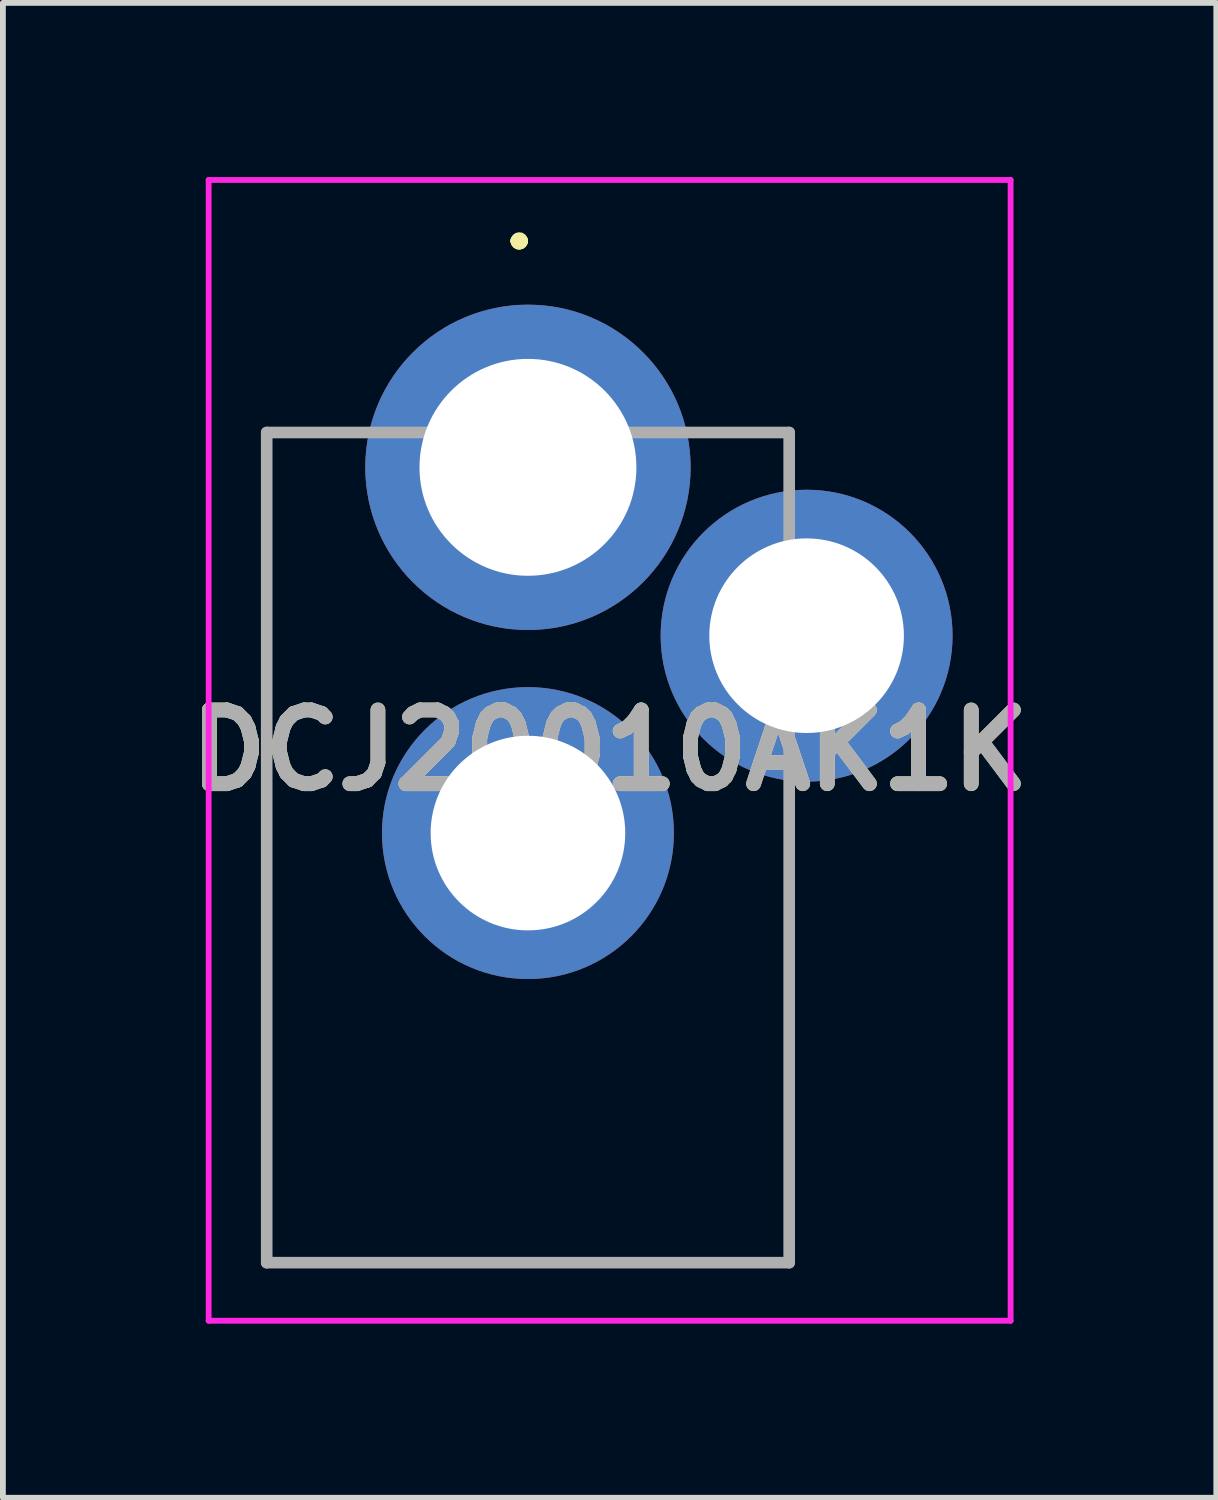
<source format=kicad_pcb>
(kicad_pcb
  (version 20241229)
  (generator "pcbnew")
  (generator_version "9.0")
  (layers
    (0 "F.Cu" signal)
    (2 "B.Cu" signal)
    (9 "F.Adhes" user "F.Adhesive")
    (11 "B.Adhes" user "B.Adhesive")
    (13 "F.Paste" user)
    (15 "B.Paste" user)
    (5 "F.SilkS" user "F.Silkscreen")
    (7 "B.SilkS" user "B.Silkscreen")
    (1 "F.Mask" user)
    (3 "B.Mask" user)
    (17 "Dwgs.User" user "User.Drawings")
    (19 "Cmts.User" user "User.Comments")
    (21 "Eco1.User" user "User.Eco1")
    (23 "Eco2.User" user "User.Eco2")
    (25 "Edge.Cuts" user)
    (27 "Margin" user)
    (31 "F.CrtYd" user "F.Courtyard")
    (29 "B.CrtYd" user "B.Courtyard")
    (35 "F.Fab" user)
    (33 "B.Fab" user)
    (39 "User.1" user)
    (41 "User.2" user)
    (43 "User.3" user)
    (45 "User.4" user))
  (footprint "DCJ20010AK1K"
    (layer "F.Cu")
    (at 6.044 5)
    (property "Reference" "DCJ20010AK1K" (at 1.407 4.875 0) (layer "F.SilkS") (effects (font (size 1.27 1.27) (thickness 0.254))))
    (attr through_hole)
    (fp_line (start -4.5 -0.6) (end -4.5 -0.6) (stroke (width 0.1) (type solid)) (layer "F.SilkS"))
    (fp_line (start -4.5 -0.6) (end -4.5 -0.6) (stroke (width 0.1) (type solid)) (layer "F.SilkS"))
    (fp_line (start -4.5 -0.6) (end -4.5 13.7) (stroke (width 0.1) (type solid)) (layer "F.SilkS"))
    (fp_line (start -4.5 -0.6) (end -3.5 -0.6) (stroke (width 0.1) (type solid)) (layer "F.SilkS"))
    (fp_line (start -4.5 13.7) (end -4.5 -0.6) (stroke (width 0.1) (type solid)) (layer "F.SilkS"))
    (fp_line (start -4.5 13.7) (end -4.5 13.7) (stroke (width 0.1) (type solid)) (layer "F.SilkS"))
    (fp_line (start -4.5 13.7) (end -4.5 13.7) (stroke (width 0.1) (type solid)) (layer "F.SilkS"))
    (fp_line (start -4.5 13.7) (end 4.5 13.7) (stroke (width 0.1) (type solid)) (layer "F.SilkS"))
    (fp_line (start -3.5 -0.6) (end -4.5 -0.6) (stroke (width 0.1) (type solid)) (layer "F.SilkS"))
    (fp_line (start -3.5 -0.6) (end -3.5 -0.6) (stroke (width 0.1) (type solid)) (layer "F.SilkS"))
    (fp_line (start -0.2 -3.9) (end -0.2 -3.9) (stroke (width 0.2) (type solid)) (layer "F.SilkS"))
    (fp_line (start -0.2 -3.9) (end -0.2 -3.9) (stroke (width 0.2) (type solid)) (layer "F.SilkS"))
    (fp_line (start -0.1 -3.9) (end -0.1 -3.9) (stroke (width 0.2) (type solid)) (layer "F.SilkS"))
    (fp_line (start 4.5 6) (end 4.5 6) (stroke (width 0.1) (type solid)) (layer "F.SilkS"))
    (fp_line (start 4.5 6) (end 4.5 13.7) (stroke (width 0.1) (type solid)) (layer "F.SilkS"))
    (fp_line (start 4.5 13.7) (end -4.5 13.7) (stroke (width 0.1) (type solid)) (layer "F.SilkS"))
    (fp_line (start 4.5 13.7) (end 4.5 6) (stroke (width 0.1) (type solid)) (layer "F.SilkS"))
    (fp_line (start 4.5 13.7) (end 4.5 13.7) (stroke (width 0.1) (type solid)) (layer "F.SilkS"))
    (fp_line (start 4.5 13.7) (end 4.5 13.7) (stroke (width 0.1) (type solid)) (layer "F.SilkS"))
    (fp_arc (start -0.2 -3.9) (mid -0.15 -3.95) (end -0.1 -3.9) (stroke (width 0.2) (type solid)) (layer "F.SilkS"))
    (fp_arc (start -0.1 -3.9) (mid -0.15 -3.85) (end -0.2 -3.9) (stroke (width 0.2) (type solid)) (layer "F.SilkS"))
    (fp_arc (start -0.1 -3.9) (mid -0.15 -3.85) (end -0.2 -3.9) (stroke (width 0.2) (type solid)) (layer "F.SilkS"))
    (fp_line (start -5.5 -4.95) (end 8.314 -4.95) (stroke (width 0.1) (type solid)) (layer "F.CrtYd"))
    (fp_line (start -5.5 14.7) (end -5.5 -4.95) (stroke (width 0.1) (type solid)) (layer "F.CrtYd"))
    (fp_line (start 8.314 -4.95) (end 8.314 14.7) (stroke (width 0.1) (type solid)) (layer "F.CrtYd"))
    (fp_line (start 8.314 14.7) (end -5.5 14.7) (stroke (width 0.1) (type solid)) (layer "F.CrtYd"))
    (fp_line (start -4.5 -0.6) (end -4.5 13.7) (stroke (width 0.2) (type solid)) (layer "F.Fab"))
    (fp_line (start -4.5 13.7) (end 4.5 13.7) (stroke (width 0.2) (type solid)) (layer "F.Fab"))
    (fp_line (start 4.5 -0.6) (end -4.5 -0.6) (stroke (width 0.2) (type solid)) (layer "F.Fab"))
    (fp_line (start 4.5 13.7) (end 4.5 -0.6) (stroke (width 0.2) (type solid)) (layer "F.Fab"))
    (fp_text user "${REFERENCE}" (at 1.407 4.875 0) (layer "F.Fab") (effects (font (size 1.27 1.27) (thickness 0.254))))
    (pad "1" thru_hole circle (at 0 0) (size 5.604 5.604) (drill 3.736) (layers "*.Cu" "*.Mask"))
    (pad "2" thru_hole circle (at 0 6.3) (size 5.028 5.028) (drill 3.352) (layers "*.Cu" "*.Mask"))
    (pad "3" thru_hole circle (at 4.8 2.9) (size 5.028 5.028) (drill 3.352) (layers "*.Cu" "*.Mask")))
  (gr_rect
    (start -3 -3)
    (end 17.901 22.75)
    (stroke (width 0.1) (type default))
    (fill no)
    (layer "Edge.Cuts")))
</source>
